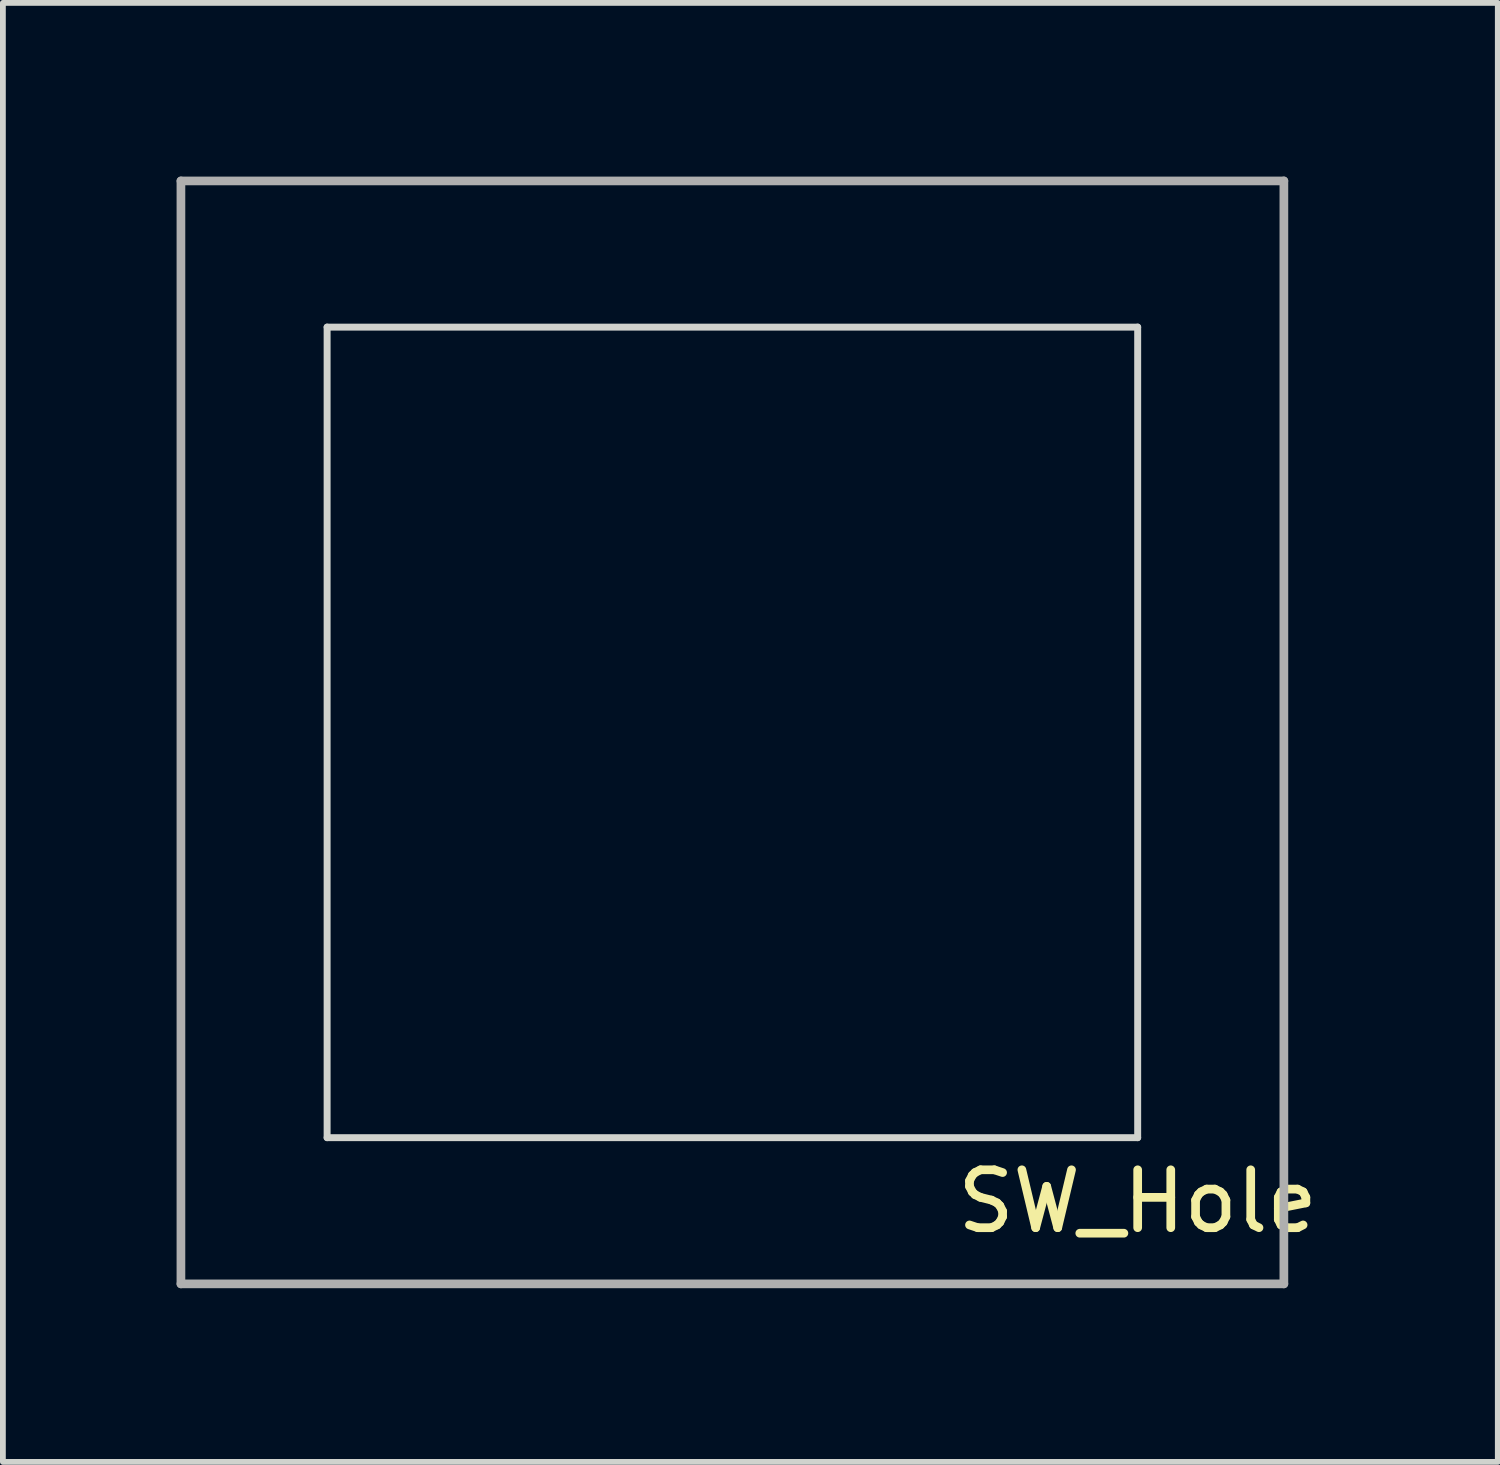
<source format=kicad_pcb>
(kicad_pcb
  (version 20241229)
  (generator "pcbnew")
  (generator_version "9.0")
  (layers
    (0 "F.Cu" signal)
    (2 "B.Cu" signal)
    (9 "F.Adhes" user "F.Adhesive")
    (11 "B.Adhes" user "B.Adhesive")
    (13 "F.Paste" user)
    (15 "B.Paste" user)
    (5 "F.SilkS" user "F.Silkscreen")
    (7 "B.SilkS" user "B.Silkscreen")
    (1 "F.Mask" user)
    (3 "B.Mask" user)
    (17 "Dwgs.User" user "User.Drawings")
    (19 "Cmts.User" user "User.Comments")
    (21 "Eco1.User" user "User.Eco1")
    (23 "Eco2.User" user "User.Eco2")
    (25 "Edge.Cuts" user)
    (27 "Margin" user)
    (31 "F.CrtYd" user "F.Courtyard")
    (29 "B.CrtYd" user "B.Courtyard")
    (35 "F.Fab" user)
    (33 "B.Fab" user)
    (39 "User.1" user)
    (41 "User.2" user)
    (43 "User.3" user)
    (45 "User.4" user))
  (footprint "SW_Hole"
    (layer "F.Cu")
    (at 9.6 9.6)
    (property "Reference" "SW_Hole" (at 7 8.1 0) (layer "F.SilkS") (effects (font (size 1 1) (thickness 0.15))))
    (attr through_hole)
    (fp_line (start -7 -7) (end -7 7) (stroke (width 0.12) (type solid)) (layer "Edge.Cuts"))
    (fp_line (start -7 7) (end 7 7) (stroke (width 0.12) (type solid)) (layer "Edge.Cuts"))
    (fp_line (start 7 -7) (end -7 -7) (stroke (width 0.12) (type solid)) (layer "Edge.Cuts"))
    (fp_line (start 7 7) (end 7 -7) (stroke (width 0.12) (type solid)) (layer "Edge.Cuts"))
    (fp_line (start -9.525 -9.525) (end -9.525 9.525) (stroke (width 0.15) (type solid)) (layer "F.Fab"))
    (fp_line (start -9.525 9.525) (end 9.525 9.525) (stroke (width 0.15) (type solid)) (layer "F.Fab"))
    (fp_line (start 9.525 -9.525) (end -9.525 -9.525) (stroke (width 0.15) (type solid)) (layer "F.Fab"))
    (fp_line (start 9.525 9.525) (end 9.525 -9.525) (stroke (width 0.15) (type solid)) (layer "F.Fab")))
  (gr_rect
    (start -3 -3)
    (end 22.82 22.2)
    (stroke (width 0.1) (type default))
    (fill no)
    (layer "Edge.Cuts")))
</source>
